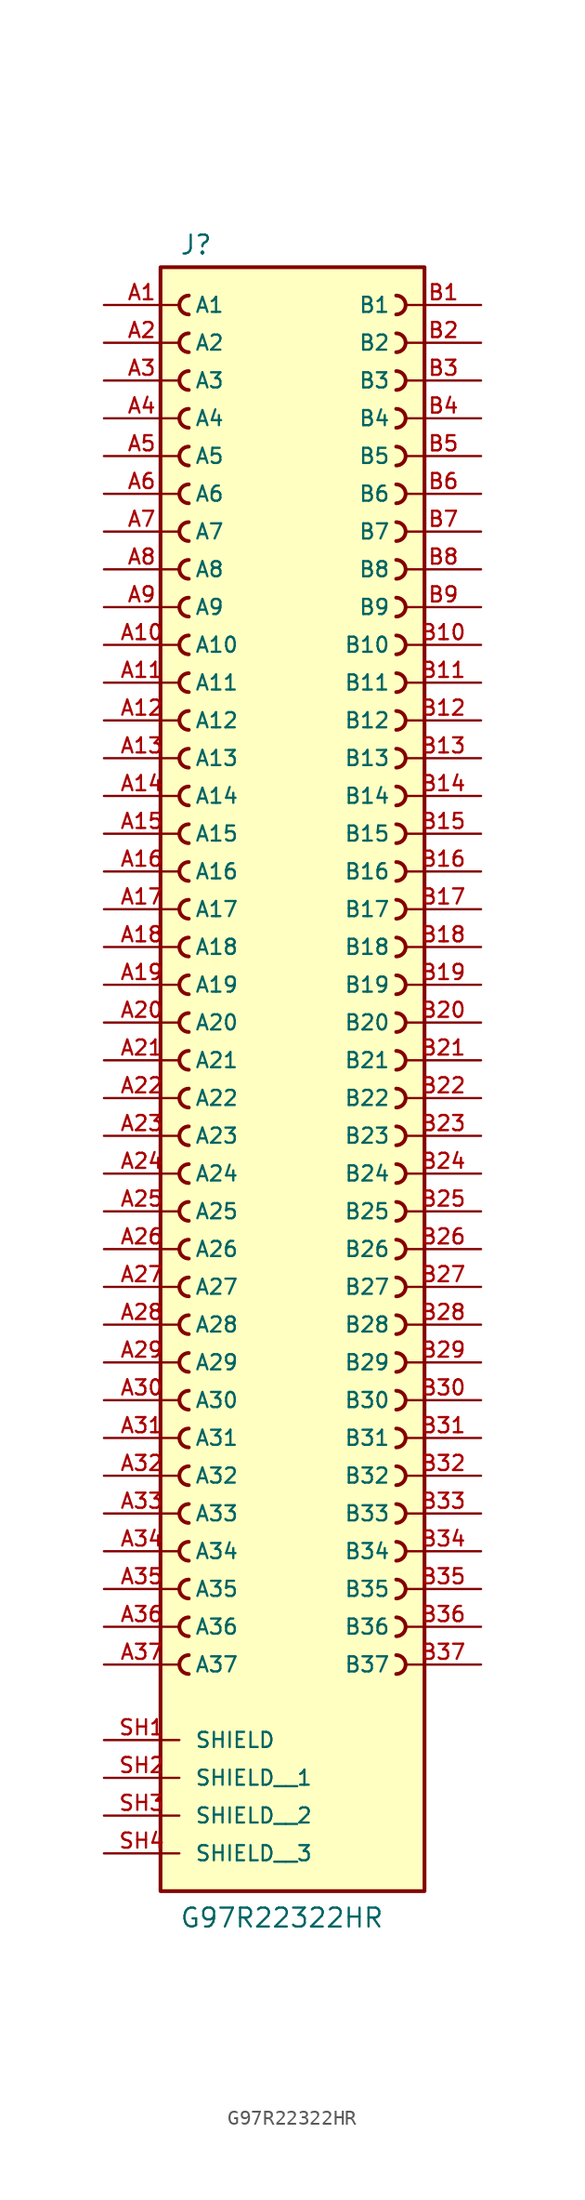
<source format=kicad_sym>
(kicad_symbol_lib
  (version 20211014)
  (generator kicad_symbol_editor)
  (symbol "G97R22322HR"
    (pin_names
      (offset 1.016))
    (property "Reference" "J"
      (at -7.62 51.562 0)
      (effects (font (size 1.27 1.27)) (justify bottom left)))
    (property "Value" "G97R22322HR"
      (at -7.62 -60.96 0)
      (effects (font (size 1.27 1.27)) (justify bottom left)))
    (symbol "G97R22322HR_0_0"
      (arc (start 6.985 47.625) (mid 7.62 48.26) (end 6.985 48.895) (stroke (width 0.254) (type default) (color 0 0 0 0)) (fill (type none)))
      (arc (start 6.985 45.085) (mid 7.62 45.72) (end 6.985 46.355) (stroke (width 0.254) (type default) (color 0 0 0 0)) (fill (type none)))
      (arc (start 6.985 42.545) (mid 7.62 43.18) (end 6.985 43.815) (stroke (width 0.254) (type default) (color 0 0 0 0)) (fill (type none)))
      (arc (start 6.985 40.005) (mid 7.62 40.64) (end 6.985 41.275) (stroke (width 0.254) (type default) (color 0 0 0 0)) (fill (type none)))
      (arc (start 6.985 37.465) (mid 7.62 38.1) (end 6.985 38.735) (stroke (width 0.254) (type default) (color 0 0 0 0)) (fill (type none)))
      (arc (start 6.985 34.925) (mid 7.62 35.56) (end 6.985 36.195) (stroke (width 0.254) (type default) (color 0 0 0 0)) (fill (type none)))
      (arc (start 6.985 32.385) (mid 7.62 33.02) (end 6.985 33.655) (stroke (width 0.254) (type default) (color 0 0 0 0)) (fill (type none)))
      (arc (start 6.985 29.845) (mid 7.62 30.48) (end 6.985 31.115) (stroke (width 0.254) (type default) (color 0 0 0 0)) (fill (type none)))
      (arc (start 6.985 27.305) (mid 7.62 27.94) (end 6.985 28.575) (stroke (width 0.254) (type default) (color 0 0 0 0)) (fill (type none)))
      (arc (start 6.985 24.765) (mid 7.62 25.4) (end 6.985 26.035) (stroke (width 0.254) (type default) (color 0 0 0 0)) (fill (type none)))
      (arc (start -6.985 26.035) (mid -7.62 25.4) (end -6.985 24.765) (stroke (width 0.254) (type default) (color 0 0 0 0)) (fill (type none)))
      (arc (start -6.985 28.575) (mid -7.62 27.94) (end -6.985 27.305) (stroke (width 0.254) (type default) (color 0 0 0 0)) (fill (type none)))
      (arc (start -6.985 31.115) (mid -7.62 30.48) (end -6.985 29.845) (stroke (width 0.254) (type default) (color 0 0 0 0)) (fill (type none)))
      (arc (start -6.985 33.655) (mid -7.62 33.02) (end -6.985 32.385) (stroke (width 0.254) (type default) (color 0 0 0 0)) (fill (type none)))
      (arc (start -6.985 36.195) (mid -7.62 35.56) (end -6.985 34.925) (stroke (width 0.254) (type default) (color 0 0 0 0)) (fill (type none)))
      (arc (start -6.985 38.735) (mid -7.62 38.1) (end -6.985 37.465) (stroke (width 0.254) (type default) (color 0 0 0 0)) (fill (type none)))
      (arc (start -6.985 41.275) (mid -7.62 40.64) (end -6.985 40.005) (stroke (width 0.254) (type default) (color 0 0 0 0)) (fill (type none)))
      (arc (start -6.985 43.815) (mid -7.62 43.18) (end -6.985 42.545) (stroke (width 0.254) (type default) (color 0 0 0 0)) (fill (type none)))
      (arc (start -6.985 46.355) (mid -7.62 45.72) (end -6.985 45.085) (stroke (width 0.254) (type default) (color 0 0 0 0)) (fill (type none)))
      (arc (start -6.985 48.895) (mid -7.62 48.26) (end -6.985 47.625) (stroke (width 0.254) (type default) (color 0 0 0 0)) (fill (type none)))
      (arc (start 6.985 22.225) (mid 7.62 22.86) (end 6.985 23.495) (stroke (width 0.254) (type default) (color 0 0 0 0)) (fill (type none)))
      (arc (start 6.985 19.685) (mid 7.62 20.32) (end 6.985 20.955) (stroke (width 0.254) (type default) (color 0 0 0 0)) (fill (type none)))
      (arc (start 6.985 17.145) (mid 7.62 17.78) (end 6.985 18.415) (stroke (width 0.254) (type default) (color 0 0 0 0)) (fill (type none)))
      (arc (start 6.985 14.605) (mid 7.62 15.24) (end 6.985 15.875) (stroke (width 0.254) (type default) (color 0 0 0 0)) (fill (type none)))
      (arc (start 6.985 12.065) (mid 7.62 12.7) (end 6.985 13.335) (stroke (width 0.254) (type default) (color 0 0 0 0)) (fill (type none)))
      (arc (start 6.985 9.525) (mid 7.62 10.16) (end 6.985 10.795) (stroke (width 0.254) (type default) (color 0 0 0 0)) (fill (type none)))
      (arc (start 6.985 6.985) (mid 7.62 7.62) (end 6.985 8.255) (stroke (width 0.254) (type default) (color 0 0 0 0)) (fill (type none)))
      (arc (start 6.985 4.445) (mid 7.62 5.08) (end 6.985 5.715) (stroke (width 0.254) (type default) (color 0 0 0 0)) (fill (type none)))
      (arc (start 6.985 1.905) (mid 7.62 2.54) (end 6.985 3.175) (stroke (width 0.254) (type default) (color 0 0 0 0)) (fill (type none)))
      (arc (start 6.985 -0.635) (mid 7.62 0.0) (end 6.985 0.635) (stroke (width 0.254) (type default) (color 0 0 0 0)) (fill (type none)))
      (arc (start -6.985 0.635) (mid -7.62 -0.0) (end -6.985 -0.635) (stroke (width 0.254) (type default) (color 0 0 0 0)) (fill (type none)))
      (arc (start -6.985 3.175) (mid -7.62 2.54) (end -6.985 1.905) (stroke (width 0.254) (type default) (color 0 0 0 0)) (fill (type none)))
      (arc (start -6.985 5.715) (mid -7.62 5.08) (end -6.985 4.445) (stroke (width 0.254) (type default) (color 0 0 0 0)) (fill (type none)))
      (arc (start -6.985 8.255) (mid -7.62 7.62) (end -6.985 6.985) (stroke (width 0.254) (type default) (color 0 0 0 0)) (fill (type none)))
      (arc (start -6.985 10.795) (mid -7.62 10.16) (end -6.985 9.525) (stroke (width 0.254) (type default) (color 0 0 0 0)) (fill (type none)))
      (arc (start -6.985 13.335) (mid -7.62 12.7) (end -6.985 12.065) (stroke (width 0.254) (type default) (color 0 0 0 0)) (fill (type none)))
      (arc (start -6.985 15.875) (mid -7.62 15.24) (end -6.985 14.605) (stroke (width 0.254) (type default) (color 0 0 0 0)) (fill (type none)))
      (arc (start -6.985 18.415) (mid -7.62 17.78) (end -6.985 17.145) (stroke (width 0.254) (type default) (color 0 0 0 0)) (fill (type none)))
      (arc (start -6.985 20.955) (mid -7.62 20.32) (end -6.985 19.685) (stroke (width 0.254) (type default) (color 0 0 0 0)) (fill (type none)))
      (arc (start -6.985 23.495) (mid -7.62 22.86) (end -6.985 22.225) (stroke (width 0.254) (type default) (color 0 0 0 0)) (fill (type none)))
      (arc (start 6.985 -3.175) (mid 7.62 -2.54) (end 6.985 -1.905) (stroke (width 0.254) (type default) (color 0 0 0 0)) (fill (type none)))
      (arc (start 6.985 -5.715) (mid 7.62 -5.08) (end 6.985 -4.445) (stroke (width 0.254) (type default) (color 0 0 0 0)) (fill (type none)))
      (arc (start 6.985 -8.255) (mid 7.62 -7.62) (end 6.985 -6.985) (stroke (width 0.254) (type default) (color 0 0 0 0)) (fill (type none)))
      (arc (start 6.985 -10.795) (mid 7.62 -10.16) (end 6.985 -9.525) (stroke (width 0.254) (type default) (color 0 0 0 0)) (fill (type none)))
      (arc (start 6.985 -13.335) (mid 7.62 -12.7) (end 6.985 -12.065) (stroke (width 0.254) (type default) (color 0 0 0 0)) (fill (type none)))
      (arc (start 6.985 -15.875) (mid 7.62 -15.24) (end 6.985 -14.605) (stroke (width 0.254) (type default) (color 0 0 0 0)) (fill (type none)))
      (arc (start 6.985 -18.415) (mid 7.62 -17.78) (end 6.985 -17.145) (stroke (width 0.254) (type default) (color 0 0 0 0)) (fill (type none)))
      (arc (start 6.985 -20.955) (mid 7.62 -20.32) (end 6.985 -19.685) (stroke (width 0.254) (type default) (color 0 0 0 0)) (fill (type none)))
      (arc (start 6.985 -23.495) (mid 7.62 -22.86) (end 6.985 -22.225) (stroke (width 0.254) (type default) (color 0 0 0 0)) (fill (type none)))
      (arc (start 6.985 -26.035) (mid 7.62 -25.4) (end 6.985 -24.765) (stroke (width 0.254) (type default) (color 0 0 0 0)) (fill (type none)))
      (arc (start -6.985 -24.765) (mid -7.62 -25.4) (end -6.985 -26.035) (stroke (width 0.254) (type default) (color 0 0 0 0)) (fill (type none)))
      (arc (start -6.985 -22.225) (mid -7.62 -22.86) (end -6.985 -23.495) (stroke (width 0.254) (type default) (color 0 0 0 0)) (fill (type none)))
      (arc (start -6.985 -19.685) (mid -7.62 -20.32) (end -6.985 -20.955) (stroke (width 0.254) (type default) (color 0 0 0 0)) (fill (type none)))
      (arc (start -6.985 -17.145) (mid -7.62 -17.78) (end -6.985 -18.415) (stroke (width 0.254) (type default) (color 0 0 0 0)) (fill (type none)))
      (arc (start -6.985 -14.605) (mid -7.62 -15.24) (end -6.985 -15.875) (stroke (width 0.254) (type default) (color 0 0 0 0)) (fill (type none)))
      (arc (start -6.985 -12.065) (mid -7.62 -12.7) (end -6.985 -13.335) (stroke (width 0.254) (type default) (color 0 0 0 0)) (fill (type none)))
      (arc (start -6.985 -9.525) (mid -7.62 -10.16) (end -6.985 -10.795) (stroke (width 0.254) (type default) (color 0 0 0 0)) (fill (type none)))
      (arc (start -6.985 -6.985) (mid -7.62 -7.62) (end -6.985 -8.255) (stroke (width 0.254) (type default) (color 0 0 0 0)) (fill (type none)))
      (arc (start -6.985 -4.445) (mid -7.62 -5.08) (end -6.985 -5.715) (stroke (width 0.254) (type default) (color 0 0 0 0)) (fill (type none)))
      (arc (start -6.985 -1.905) (mid -7.62 -2.54) (end -6.985 -3.175) (stroke (width 0.254) (type default) (color 0 0 0 0)) (fill (type none)))
      (arc (start 6.985 -28.575) (mid 7.62 -27.94) (end 6.985 -27.305) (stroke (width 0.254) (type default) (color 0 0 0 0)) (fill (type none)))
      (arc (start 6.985 -31.115) (mid 7.62 -30.48) (end 6.985 -29.845) (stroke (width 0.254) (type default) (color 0 0 0 0)) (fill (type none)))
      (arc (start 6.985 -33.655) (mid 7.62 -33.02) (end 6.985 -32.385) (stroke (width 0.254) (type default) (color 0 0 0 0)) (fill (type none)))
      (arc (start 6.985 -36.195) (mid 7.62 -35.56) (end 6.985 -34.925) (stroke (width 0.254) (type default) (color 0 0 0 0)) (fill (type none)))
      (arc (start 6.985 -38.735) (mid 7.62 -38.1) (end 6.985 -37.465) (stroke (width 0.254) (type default) (color 0 0 0 0)) (fill (type none)))
      (arc (start 6.985 -41.275) (mid 7.62 -40.64) (end 6.985 -40.005) (stroke (width 0.254) (type default) (color 0 0 0 0)) (fill (type none)))
      (arc (start 6.985 -43.815) (mid 7.62 -43.18) (end 6.985 -42.545) (stroke (width 0.254) (type default) (color 0 0 0 0)) (fill (type none)))
      (arc (start -6.985 -42.545) (mid -7.62 -43.18) (end -6.985 -43.815) (stroke (width 0.254) (type default) (color 0 0 0 0)) (fill (type none)))
      (arc (start -6.985 -40.005) (mid -7.62 -40.64) (end -6.985 -41.275) (stroke (width 0.254) (type default) (color 0 0 0 0)) (fill (type none)))
      (arc (start -6.985 -37.465) (mid -7.62 -38.1) (end -6.985 -38.735) (stroke (width 0.254) (type default) (color 0 0 0 0)) (fill (type none)))
      (arc (start -6.985 -34.925) (mid -7.62 -35.56) (end -6.985 -36.195) (stroke (width 0.254) (type default) (color 0 0 0 0)) (fill (type none)))
      (arc (start -6.985 -32.385) (mid -7.62 -33.02) (end -6.985 -33.655) (stroke (width 0.254) (type default) (color 0 0 0 0)) (fill (type none)))
      (arc (start -6.985 -29.845) (mid -7.62 -30.48) (end -6.985 -31.115) (stroke (width 0.254) (type default) (color 0 0 0 0)) (fill (type none)))
      (arc (start -6.985 -27.305) (mid -7.62 -27.94) (end -6.985 -28.575) (stroke (width 0.254) (type default) (color 0 0 0 0)) (fill (type none)))
      (rectangle (start -8.89 -58.42) (end 8.89 50.8) (stroke (width 0.254)) (fill (type background)))
      (pin passive line (at -12.7 48.26 0) (length 5.08) (name "A1" (effects (font (size 1.016 1.016)))) (number "A1" (effects (font (size 1.016 1.016)))))
      (pin passive line (at -12.7 45.72 0) (length 5.08) (name "A2" (effects (font (size 1.016 1.016)))) (number "A2" (effects (font (size 1.016 1.016)))))
      (pin passive line (at -12.7 43.18 0) (length 5.08) (name "A3" (effects (font (size 1.016 1.016)))) (number "A3" (effects (font (size 1.016 1.016)))))
      (pin passive line (at -12.7 40.64 0) (length 5.08) (name "A4" (effects (font (size 1.016 1.016)))) (number "A4" (effects (font (size 1.016 1.016)))))
      (pin passive line (at -12.7 38.1 0) (length 5.08) (name "A5" (effects (font (size 1.016 1.016)))) (number "A5" (effects (font (size 1.016 1.016)))))
      (pin passive line (at -12.7 35.56 0) (length 5.08) (name "A6" (effects (font (size 1.016 1.016)))) (number "A6" (effects (font (size 1.016 1.016)))))
      (pin passive line (at -12.7 33.02 0) (length 5.08) (name "A7" (effects (font (size 1.016 1.016)))) (number "A7" (effects (font (size 1.016 1.016)))))
      (pin passive line (at -12.7 30.48 0) (length 5.08) (name "A8" (effects (font (size 1.016 1.016)))) (number "A8" (effects (font (size 1.016 1.016)))))
      (pin passive line (at -12.7 27.94 0) (length 5.08) (name "A9" (effects (font (size 1.016 1.016)))) (number "A9" (effects (font (size 1.016 1.016)))))
      (pin passive line (at -12.7 25.4 0) (length 5.08) (name "A10" (effects (font (size 1.016 1.016)))) (number "A10" (effects (font (size 1.016 1.016)))))
      (pin passive line (at -12.7 22.86 0) (length 5.08) (name "A11" (effects (font (size 1.016 1.016)))) (number "A11" (effects (font (size 1.016 1.016)))))
      (pin passive line (at -12.7 20.32 0) (length 5.08) (name "A12" (effects (font (size 1.016 1.016)))) (number "A12" (effects (font (size 1.016 1.016)))))
      (pin passive line (at -12.7 17.78 0) (length 5.08) (name "A13" (effects (font (size 1.016 1.016)))) (number "A13" (effects (font (size 1.016 1.016)))))
      (pin passive line (at -12.7 15.24 0) (length 5.08) (name "A14" (effects (font (size 1.016 1.016)))) (number "A14" (effects (font (size 1.016 1.016)))))
      (pin passive line (at -12.7 12.7 0) (length 5.08) (name "A15" (effects (font (size 1.016 1.016)))) (number "A15" (effects (font (size 1.016 1.016)))))
      (pin passive line (at -12.7 10.16 0) (length 5.08) (name "A16" (effects (font (size 1.016 1.016)))) (number "A16" (effects (font (size 1.016 1.016)))))
      (pin passive line (at -12.7 7.62 0) (length 5.08) (name "A17" (effects (font (size 1.016 1.016)))) (number "A17" (effects (font (size 1.016 1.016)))))
      (pin passive line (at -12.7 5.08 0) (length 5.08) (name "A18" (effects (font (size 1.016 1.016)))) (number "A18" (effects (font (size 1.016 1.016)))))
      (pin passive line (at -12.7 2.54 0) (length 5.08) (name "A19" (effects (font (size 1.016 1.016)))) (number "A19" (effects (font (size 1.016 1.016)))))
      (pin passive line (at -12.7 0.0 0) (length 5.08) (name "A20" (effects (font (size 1.016 1.016)))) (number "A20" (effects (font (size 1.016 1.016)))))
      (pin passive line (at -12.7 -2.54 0) (length 5.08) (name "A21" (effects (font (size 1.016 1.016)))) (number "A21" (effects (font (size 1.016 1.016)))))
      (pin passive line (at -12.7 -5.08 0) (length 5.08) (name "A22" (effects (font (size 1.016 1.016)))) (number "A22" (effects (font (size 1.016 1.016)))))
      (pin passive line (at -12.7 -7.62 0) (length 5.08) (name "A23" (effects (font (size 1.016 1.016)))) (number "A23" (effects (font (size 1.016 1.016)))))
      (pin passive line (at -12.7 -10.16 0) (length 5.08) (name "A24" (effects (font (size 1.016 1.016)))) (number "A24" (effects (font (size 1.016 1.016)))))
      (pin passive line (at -12.7 -12.7 0) (length 5.08) (name "A25" (effects (font (size 1.016 1.016)))) (number "A25" (effects (font (size 1.016 1.016)))))
      (pin passive line (at -12.7 -15.24 0) (length 5.08) (name "A26" (effects (font (size 1.016 1.016)))) (number "A26" (effects (font (size 1.016 1.016)))))
      (pin passive line (at -12.7 -17.78 0) (length 5.08) (name "A27" (effects (font (size 1.016 1.016)))) (number "A27" (effects (font (size 1.016 1.016)))))
      (pin passive line (at -12.7 -20.32 0) (length 5.08) (name "A28" (effects (font (size 1.016 1.016)))) (number "A28" (effects (font (size 1.016 1.016)))))
      (pin passive line (at -12.7 -22.86 0) (length 5.08) (name "A29" (effects (font (size 1.016 1.016)))) (number "A29" (effects (font (size 1.016 1.016)))))
      (pin passive line (at -12.7 -25.4 0) (length 5.08) (name "A30" (effects (font (size 1.016 1.016)))) (number "A30" (effects (font (size 1.016 1.016)))))
      (pin passive line (at -12.7 -27.94 0) (length 5.08) (name "A31" (effects (font (size 1.016 1.016)))) (number "A31" (effects (font (size 1.016 1.016)))))
      (pin passive line (at -12.7 -30.48 0) (length 5.08) (name "A32" (effects (font (size 1.016 1.016)))) (number "A32" (effects (font (size 1.016 1.016)))))
      (pin passive line (at -12.7 -33.02 0) (length 5.08) (name "A33" (effects (font (size 1.016 1.016)))) (number "A33" (effects (font (size 1.016 1.016)))))
      (pin passive line (at -12.7 -35.56 0) (length 5.08) (name "A34" (effects (font (size 1.016 1.016)))) (number "A34" (effects (font (size 1.016 1.016)))))
      (pin passive line (at -12.7 -38.1 0) (length 5.08) (name "A35" (effects (font (size 1.016 1.016)))) (number "A35" (effects (font (size 1.016 1.016)))))
      (pin passive line (at -12.7 -40.64 0) (length 5.08) (name "A36" (effects (font (size 1.016 1.016)))) (number "A36" (effects (font (size 1.016 1.016)))))
      (pin passive line (at -12.7 -43.18 0) (length 5.08) (name "A37" (effects (font (size 1.016 1.016)))) (number "A37" (effects (font (size 1.016 1.016)))))
      (pin passive line (at 12.7 48.26 180.0) (length 5.08) (name "B1" (effects (font (size 1.016 1.016)))) (number "B1" (effects (font (size 1.016 1.016)))))
      (pin passive line (at 12.7 45.72 180.0) (length 5.08) (name "B2" (effects (font (size 1.016 1.016)))) (number "B2" (effects (font (size 1.016 1.016)))))
      (pin passive line (at 12.7 43.18 180.0) (length 5.08) (name "B3" (effects (font (size 1.016 1.016)))) (number "B3" (effects (font (size 1.016 1.016)))))
      (pin passive line (at 12.7 40.64 180.0) (length 5.08) (name "B4" (effects (font (size 1.016 1.016)))) (number "B4" (effects (font (size 1.016 1.016)))))
      (pin passive line (at 12.7 38.1 180.0) (length 5.08) (name "B5" (effects (font (size 1.016 1.016)))) (number "B5" (effects (font (size 1.016 1.016)))))
      (pin passive line (at 12.7 35.56 180.0) (length 5.08) (name "B6" (effects (font (size 1.016 1.016)))) (number "B6" (effects (font (size 1.016 1.016)))))
      (pin passive line (at 12.7 33.02 180.0) (length 5.08) (name "B7" (effects (font (size 1.016 1.016)))) (number "B7" (effects (font (size 1.016 1.016)))))
      (pin passive line (at 12.7 30.48 180.0) (length 5.08) (name "B8" (effects (font (size 1.016 1.016)))) (number "B8" (effects (font (size 1.016 1.016)))))
      (pin passive line (at 12.7 27.94 180.0) (length 5.08) (name "B9" (effects (font (size 1.016 1.016)))) (number "B9" (effects (font (size 1.016 1.016)))))
      (pin passive line (at 12.7 25.4 180.0) (length 5.08) (name "B10" (effects (font (size 1.016 1.016)))) (number "B10" (effects (font (size 1.016 1.016)))))
      (pin passive line (at 12.7 22.86 180.0) (length 5.08) (name "B11" (effects (font (size 1.016 1.016)))) (number "B11" (effects (font (size 1.016 1.016)))))
      (pin passive line (at 12.7 20.32 180.0) (length 5.08) (name "B12" (effects (font (size 1.016 1.016)))) (number "B12" (effects (font (size 1.016 1.016)))))
      (pin passive line (at 12.7 17.78 180.0) (length 5.08) (name "B13" (effects (font (size 1.016 1.016)))) (number "B13" (effects (font (size 1.016 1.016)))))
      (pin passive line (at 12.7 15.24 180.0) (length 5.08) (name "B14" (effects (font (size 1.016 1.016)))) (number "B14" (effects (font (size 1.016 1.016)))))
      (pin passive line (at 12.7 12.7 180.0) (length 5.08) (name "B15" (effects (font (size 1.016 1.016)))) (number "B15" (effects (font (size 1.016 1.016)))))
      (pin passive line (at 12.7 10.16 180.0) (length 5.08) (name "B16" (effects (font (size 1.016 1.016)))) (number "B16" (effects (font (size 1.016 1.016)))))
      (pin passive line (at 12.7 7.62 180.0) (length 5.08) (name "B17" (effects (font (size 1.016 1.016)))) (number "B17" (effects (font (size 1.016 1.016)))))
      (pin passive line (at 12.7 5.08 180.0) (length 5.08) (name "B18" (effects (font (size 1.016 1.016)))) (number "B18" (effects (font (size 1.016 1.016)))))
      (pin passive line (at 12.7 2.54 180.0) (length 5.08) (name "B19" (effects (font (size 1.016 1.016)))) (number "B19" (effects (font (size 1.016 1.016)))))
      (pin passive line (at 12.7 0.0 180.0) (length 5.08) (name "B20" (effects (font (size 1.016 1.016)))) (number "B20" (effects (font (size 1.016 1.016)))))
      (pin passive line (at 12.7 -2.54 180.0) (length 5.08) (name "B21" (effects (font (size 1.016 1.016)))) (number "B21" (effects (font (size 1.016 1.016)))))
      (pin passive line (at 12.7 -5.08 180.0) (length 5.08) (name "B22" (effects (font (size 1.016 1.016)))) (number "B22" (effects (font (size 1.016 1.016)))))
      (pin passive line (at 12.7 -7.62 180.0) (length 5.08) (name "B23" (effects (font (size 1.016 1.016)))) (number "B23" (effects (font (size 1.016 1.016)))))
      (pin passive line (at 12.7 -10.16 180.0) (length 5.08) (name "B24" (effects (font (size 1.016 1.016)))) (number "B24" (effects (font (size 1.016 1.016)))))
      (pin passive line (at 12.7 -12.7 180.0) (length 5.08) (name "B25" (effects (font (size 1.016 1.016)))) (number "B25" (effects (font (size 1.016 1.016)))))
      (pin passive line (at 12.7 -15.24 180.0) (length 5.08) (name "B26" (effects (font (size 1.016 1.016)))) (number "B26" (effects (font (size 1.016 1.016)))))
      (pin passive line (at 12.7 -17.78 180.0) (length 5.08) (name "B27" (effects (font (size 1.016 1.016)))) (number "B27" (effects (font (size 1.016 1.016)))))
      (pin passive line (at 12.7 -20.32 180.0) (length 5.08) (name "B28" (effects (font (size 1.016 1.016)))) (number "B28" (effects (font (size 1.016 1.016)))))
      (pin passive line (at 12.7 -22.86 180.0) (length 5.08) (name "B29" (effects (font (size 1.016 1.016)))) (number "B29" (effects (font (size 1.016 1.016)))))
      (pin passive line (at 12.7 -25.4 180.0) (length 5.08) (name "B30" (effects (font (size 1.016 1.016)))) (number "B30" (effects (font (size 1.016 1.016)))))
      (pin passive line (at 12.7 -27.94 180.0) (length 5.08) (name "B31" (effects (font (size 1.016 1.016)))) (number "B31" (effects (font (size 1.016 1.016)))))
      (pin passive line (at 12.7 -30.48 180.0) (length 5.08) (name "B32" (effects (font (size 1.016 1.016)))) (number "B32" (effects (font (size 1.016 1.016)))))
      (pin passive line (at 12.7 -33.02 180.0) (length 5.08) (name "B33" (effects (font (size 1.016 1.016)))) (number "B33" (effects (font (size 1.016 1.016)))))
      (pin passive line (at 12.7 -35.56 180.0) (length 5.08) (name "B34" (effects (font (size 1.016 1.016)))) (number "B34" (effects (font (size 1.016 1.016)))))
      (pin passive line (at 12.7 -38.1 180.0) (length 5.08) (name "B35" (effects (font (size 1.016 1.016)))) (number "B35" (effects (font (size 1.016 1.016)))))
      (pin passive line (at 12.7 -40.64 180.0) (length 5.08) (name "B36" (effects (font (size 1.016 1.016)))) (number "B36" (effects (font (size 1.016 1.016)))))
      (pin passive line (at 12.7 -43.18 180.0) (length 5.08) (name "B37" (effects (font (size 1.016 1.016)))) (number "B37" (effects (font (size 1.016 1.016)))))
      (pin passive line (at -12.7 -48.26 0) (length 5.08) (name "SHIELD" (effects (font (size 1.016 1.016)))) (number "SH1" (effects (font (size 1.016 1.016)))))
      (pin passive line (at -12.7 -50.8 0) (length 5.08) (name "SHIELD__1" (effects (font (size 1.016 1.016)))) (number "SH2" (effects (font (size 1.016 1.016)))))
      (pin passive line (at -12.7 -53.34 0) (length 5.08) (name "SHIELD__2" (effects (font (size 1.016 1.016)))) (number "SH3" (effects (font (size 1.016 1.016)))))
      (pin passive line (at -12.7 -55.88 0) (length 5.08) (name "SHIELD__3" (effects (font (size 1.016 1.016)))) (number "SH4" (effects (font (size 1.016 1.016))))))))
</source>
